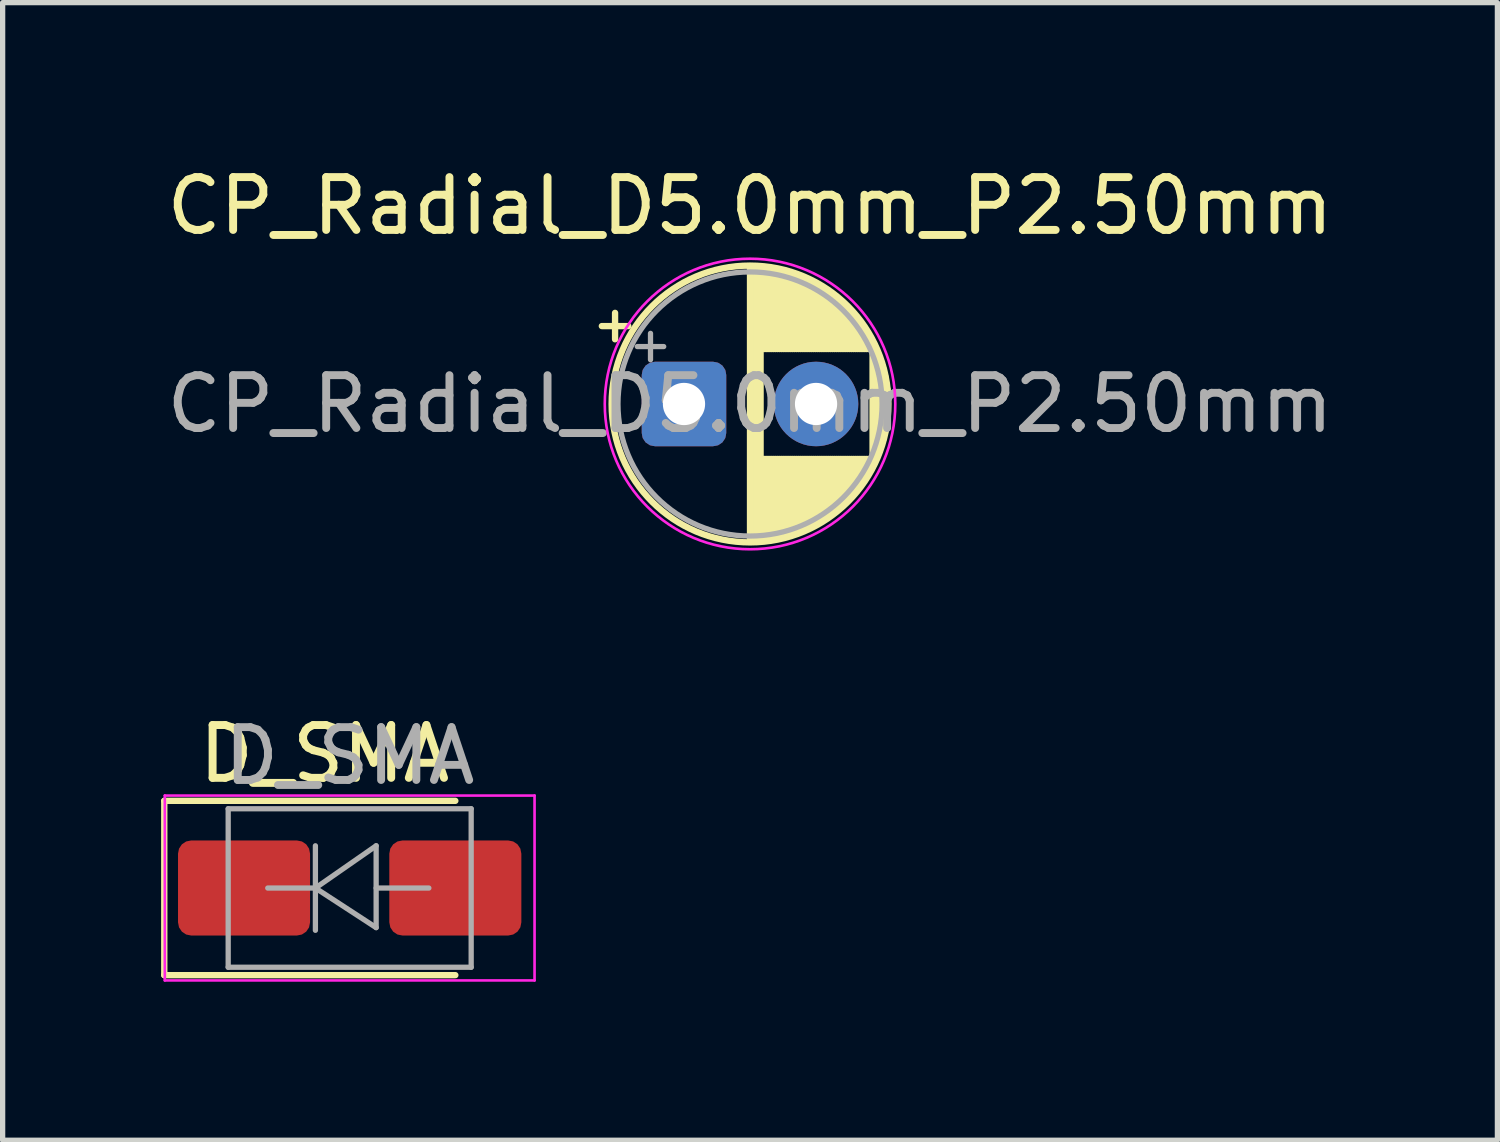
<source format=kicad_pcb>
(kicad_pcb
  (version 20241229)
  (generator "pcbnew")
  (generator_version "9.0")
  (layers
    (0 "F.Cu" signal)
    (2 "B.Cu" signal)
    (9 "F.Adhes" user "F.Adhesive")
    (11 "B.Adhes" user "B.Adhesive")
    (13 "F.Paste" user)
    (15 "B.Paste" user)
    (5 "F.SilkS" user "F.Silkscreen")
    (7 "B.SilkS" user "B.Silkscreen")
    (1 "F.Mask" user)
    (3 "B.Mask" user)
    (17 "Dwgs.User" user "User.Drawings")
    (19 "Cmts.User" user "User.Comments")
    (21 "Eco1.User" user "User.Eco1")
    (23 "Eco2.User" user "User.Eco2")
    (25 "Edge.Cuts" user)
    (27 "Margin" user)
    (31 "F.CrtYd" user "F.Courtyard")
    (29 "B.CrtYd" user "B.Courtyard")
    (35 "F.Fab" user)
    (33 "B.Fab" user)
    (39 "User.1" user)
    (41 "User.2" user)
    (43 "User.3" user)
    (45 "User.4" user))
  (footprint "CP_Radial_D5.0mm_P2.50mm"
    (layer "F.Cu")
    (at 9.899 4.598)
    (property "Reference" "CP_Radial_D5.0mm_P2.50mm" (at 1.25 -3.75 0) (layer "F.SilkS") (effects (font (size 1 1) (thickness 0.15))))
    (attr through_hole)
    (fp_line (start -1.555 -1.475) (end -1.055 -1.475) (stroke (width 0.12) (type solid)) (layer "F.SilkS"))
    (fp_line (start -1.305 -1.725) (end -1.305 -1.225) (stroke (width 0.12) (type solid)) (layer "F.SilkS"))
    (fp_line (start 1.25 -2.58) (end 1.25 2.58) (stroke (width 0.12) (type solid)) (layer "F.SilkS"))
    (fp_line (start 1.29 -2.58) (end 1.29 2.58) (stroke (width 0.12) (type solid)) (layer "F.SilkS"))
    (fp_line (start 1.33 -2.579) (end 1.33 2.579) (stroke (width 0.12) (type solid)) (layer "F.SilkS"))
    (fp_line (start 1.37 -2.577) (end 1.37 2.577) (stroke (width 0.12) (type solid)) (layer "F.SilkS"))
    (fp_line (start 1.41 -2.575) (end 1.41 2.575) (stroke (width 0.12) (type solid)) (layer "F.SilkS"))
    (fp_line (start 1.45 -2.572) (end 1.45 2.572) (stroke (width 0.12) (type solid)) (layer "F.SilkS"))
    (fp_line (start 1.49 -2.569) (end 1.49 -1.04) (stroke (width 0.12) (type solid)) (layer "F.SilkS"))
    (fp_line (start 1.49 1.04) (end 1.49 2.569) (stroke (width 0.12) (type solid)) (layer "F.SilkS"))
    (fp_line (start 1.53 -2.565) (end 1.53 -1.04) (stroke (width 0.12) (type solid)) (layer "F.SilkS"))
    (fp_line (start 1.53 1.04) (end 1.53 2.565) (stroke (width 0.12) (type solid)) (layer "F.SilkS"))
    (fp_line (start 1.57 -2.56) (end 1.57 -1.04) (stroke (width 0.12) (type solid)) (layer "F.SilkS"))
    (fp_line (start 1.57 1.04) (end 1.57 2.56) (stroke (width 0.12) (type solid)) (layer "F.SilkS"))
    (fp_line (start 1.61 -2.555) (end 1.61 -1.04) (stroke (width 0.12) (type solid)) (layer "F.SilkS"))
    (fp_line (start 1.61 1.04) (end 1.61 2.555) (stroke (width 0.12) (type solid)) (layer "F.SilkS"))
    (fp_line (start 1.65 -2.549) (end 1.65 -1.04) (stroke (width 0.12) (type solid)) (layer "F.SilkS"))
    (fp_line (start 1.65 1.04) (end 1.65 2.549) (stroke (width 0.12) (type solid)) (layer "F.SilkS"))
    (fp_line (start 1.69 -2.543) (end 1.69 -1.04) (stroke (width 0.12) (type solid)) (layer "F.SilkS"))
    (fp_line (start 1.69 1.04) (end 1.69 2.543) (stroke (width 0.12) (type solid)) (layer "F.SilkS"))
    (fp_line (start 1.73 -2.536) (end 1.73 -1.04) (stroke (width 0.12) (type solid)) (layer "F.SilkS"))
    (fp_line (start 1.73 1.04) (end 1.73 2.536) (stroke (width 0.12) (type solid)) (layer "F.SilkS"))
    (fp_line (start 1.77 -2.528) (end 1.77 -1.04) (stroke (width 0.12) (type solid)) (layer "F.SilkS"))
    (fp_line (start 1.77 1.04) (end 1.77 2.528) (stroke (width 0.12) (type solid)) (layer "F.SilkS"))
    (fp_line (start 1.81 -2.519) (end 1.81 -1.04) (stroke (width 0.12) (type solid)) (layer "F.SilkS"))
    (fp_line (start 1.81 1.04) (end 1.81 2.519) (stroke (width 0.12) (type solid)) (layer "F.SilkS"))
    (fp_line (start 1.85 -2.51) (end 1.85 -1.04) (stroke (width 0.12) (type solid)) (layer "F.SilkS"))
    (fp_line (start 1.85 1.04) (end 1.85 2.51) (stroke (width 0.12) (type solid)) (layer "F.SilkS"))
    (fp_line (start 1.89 -2.501) (end 1.89 -1.04) (stroke (width 0.12) (type solid)) (layer "F.SilkS"))
    (fp_line (start 1.89 1.04) (end 1.89 2.501) (stroke (width 0.12) (type solid)) (layer "F.SilkS"))
    (fp_line (start 1.93 -2.49) (end 1.93 -1.04) (stroke (width 0.12) (type solid)) (layer "F.SilkS"))
    (fp_line (start 1.93 1.04) (end 1.93 2.49) (stroke (width 0.12) (type solid)) (layer "F.SilkS"))
    (fp_line (start 1.97 -2.479) (end 1.97 -1.04) (stroke (width 0.12) (type solid)) (layer "F.SilkS"))
    (fp_line (start 1.97 1.04) (end 1.97 2.479) (stroke (width 0.12) (type solid)) (layer "F.SilkS"))
    (fp_line (start 2.01 -2.467) (end 2.01 -1.04) (stroke (width 0.12) (type solid)) (layer "F.SilkS"))
    (fp_line (start 2.01 1.04) (end 2.01 2.467) (stroke (width 0.12) (type solid)) (layer "F.SilkS"))
    (fp_line (start 2.05 -2.455) (end 2.05 -1.04) (stroke (width 0.12) (type solid)) (layer "F.SilkS"))
    (fp_line (start 2.05 1.04) (end 2.05 2.455) (stroke (width 0.12) (type solid)) (layer "F.SilkS"))
    (fp_line (start 2.09 -2.442) (end 2.09 -1.04) (stroke (width 0.12) (type solid)) (layer "F.SilkS"))
    (fp_line (start 2.09 1.04) (end 2.09 2.442) (stroke (width 0.12) (type solid)) (layer "F.SilkS"))
    (fp_line (start 2.13 -2.428) (end 2.13 -1.04) (stroke (width 0.12) (type solid)) (layer "F.SilkS"))
    (fp_line (start 2.13 1.04) (end 2.13 2.428) (stroke (width 0.12) (type solid)) (layer "F.SilkS"))
    (fp_line (start 2.17 -2.413) (end 2.17 -1.04) (stroke (width 0.12) (type solid)) (layer "F.SilkS"))
    (fp_line (start 2.17 1.04) (end 2.17 2.413) (stroke (width 0.12) (type solid)) (layer "F.SilkS"))
    (fp_line (start 2.21 -2.398) (end 2.21 -1.04) (stroke (width 0.12) (type solid)) (layer "F.SilkS"))
    (fp_line (start 2.21 1.04) (end 2.21 2.398) (stroke (width 0.12) (type solid)) (layer "F.SilkS"))
    (fp_line (start 2.25 -2.382) (end 2.25 -1.04) (stroke (width 0.12) (type solid)) (layer "F.SilkS"))
    (fp_line (start 2.25 1.04) (end 2.25 2.382) (stroke (width 0.12) (type solid)) (layer "F.SilkS"))
    (fp_line (start 2.29 -2.365) (end 2.29 -1.04) (stroke (width 0.12) (type solid)) (layer "F.SilkS"))
    (fp_line (start 2.29 1.04) (end 2.29 2.365) (stroke (width 0.12) (type solid)) (layer "F.SilkS"))
    (fp_line (start 2.33 -2.347) (end 2.33 -1.04) (stroke (width 0.12) (type solid)) (layer "F.SilkS"))
    (fp_line (start 2.33 1.04) (end 2.33 2.347) (stroke (width 0.12) (type solid)) (layer "F.SilkS"))
    (fp_line (start 2.37 -2.329) (end 2.37 -1.04) (stroke (width 0.12) (type solid)) (layer "F.SilkS"))
    (fp_line (start 2.37 1.04) (end 2.37 2.329) (stroke (width 0.12) (type solid)) (layer "F.SilkS"))
    (fp_line (start 2.41 -2.309) (end 2.41 -1.04) (stroke (width 0.12) (type solid)) (layer "F.SilkS"))
    (fp_line (start 2.41 1.04) (end 2.41 2.309) (stroke (width 0.12) (type solid)) (layer "F.SilkS"))
    (fp_line (start 2.45 -2.289) (end 2.45 -1.04) (stroke (width 0.12) (type solid)) (layer "F.SilkS"))
    (fp_line (start 2.45 1.04) (end 2.45 2.289) (stroke (width 0.12) (type solid)) (layer "F.SilkS"))
    (fp_line (start 2.49 -2.268) (end 2.49 -1.04) (stroke (width 0.12) (type solid)) (layer "F.SilkS"))
    (fp_line (start 2.49 1.04) (end 2.49 2.268) (stroke (width 0.12) (type solid)) (layer "F.SilkS"))
    (fp_line (start 2.53 -2.246) (end 2.53 -1.04) (stroke (width 0.12) (type solid)) (layer "F.SilkS"))
    (fp_line (start 2.53 1.04) (end 2.53 2.246) (stroke (width 0.12) (type solid)) (layer "F.SilkS"))
    (fp_line (start 2.57 -2.223) (end 2.57 -1.04) (stroke (width 0.12) (type solid)) (layer "F.SilkS"))
    (fp_line (start 2.57 1.04) (end 2.57 2.223) (stroke (width 0.12) (type solid)) (layer "F.SilkS"))
    (fp_line (start 2.61 -2.199) (end 2.61 -1.04) (stroke (width 0.12) (type solid)) (layer "F.SilkS"))
    (fp_line (start 2.61 1.04) (end 2.61 2.199) (stroke (width 0.12) (type solid)) (layer "F.SilkS"))
    (fp_line (start 2.65 -2.175) (end 2.65 -1.04) (stroke (width 0.12) (type solid)) (layer "F.SilkS"))
    (fp_line (start 2.65 1.04) (end 2.65 2.175) (stroke (width 0.12) (type solid)) (layer "F.SilkS"))
    (fp_line (start 2.69 -2.149) (end 2.69 -1.04) (stroke (width 0.12) (type solid)) (layer "F.SilkS"))
    (fp_line (start 2.69 1.04) (end 2.69 2.149) (stroke (width 0.12) (type solid)) (layer "F.SilkS"))
    (fp_line (start 2.73 -2.122) (end 2.73 -1.04) (stroke (width 0.12) (type solid)) (layer "F.SilkS"))
    (fp_line (start 2.73 1.04) (end 2.73 2.122) (stroke (width 0.12) (type solid)) (layer "F.SilkS"))
    (fp_line (start 2.77 -2.094) (end 2.77 -1.04) (stroke (width 0.12) (type solid)) (layer "F.SilkS"))
    (fp_line (start 2.77 1.04) (end 2.77 2.094) (stroke (width 0.12) (type solid)) (layer "F.SilkS"))
    (fp_line (start 2.81 -2.065) (end 2.81 -1.04) (stroke (width 0.12) (type solid)) (layer "F.SilkS"))
    (fp_line (start 2.81 1.04) (end 2.81 2.065) (stroke (width 0.12) (type solid)) (layer "F.SilkS"))
    (fp_line (start 2.85 -2.035) (end 2.85 -1.04) (stroke (width 0.12) (type solid)) (layer "F.SilkS"))
    (fp_line (start 2.85 1.04) (end 2.85 2.035) (stroke (width 0.12) (type solid)) (layer "F.SilkS"))
    (fp_line (start 2.89 -2.003) (end 2.89 -1.04) (stroke (width 0.12) (type solid)) (layer "F.SilkS"))
    (fp_line (start 2.89 1.04) (end 2.89 2.003) (stroke (width 0.12) (type solid)) (layer "F.SilkS"))
    (fp_line (start 2.93 -1.97) (end 2.93 -1.04) (stroke (width 0.12) (type solid)) (layer "F.SilkS"))
    (fp_line (start 2.93 1.04) (end 2.93 1.97) (stroke (width 0.12) (type solid)) (layer "F.SilkS"))
    (fp_line (start 2.97 -1.936) (end 2.97 -1.04) (stroke (width 0.12) (type solid)) (layer "F.SilkS"))
    (fp_line (start 2.97 1.04) (end 2.97 1.936) (stroke (width 0.12) (type solid)) (layer "F.SilkS"))
    (fp_line (start 3.01 -1.901) (end 3.01 -1.04) (stroke (width 0.12) (type solid)) (layer "F.SilkS"))
    (fp_line (start 3.01 1.04) (end 3.01 1.901) (stroke (width 0.12) (type solid)) (layer "F.SilkS"))
    (fp_line (start 3.05 -1.864) (end 3.05 -1.04) (stroke (width 0.12) (type solid)) (layer "F.SilkS"))
    (fp_line (start 3.05 1.04) (end 3.05 1.864) (stroke (width 0.12) (type solid)) (layer "F.SilkS"))
    (fp_line (start 3.09 -1.825) (end 3.09 -1.04) (stroke (width 0.12) (type solid)) (layer "F.SilkS"))
    (fp_line (start 3.09 1.04) (end 3.09 1.825) (stroke (width 0.12) (type solid)) (layer "F.SilkS"))
    (fp_line (start 3.13 -1.785) (end 3.13 -1.04) (stroke (width 0.12) (type solid)) (layer "F.SilkS"))
    (fp_line (start 3.13 1.04) (end 3.13 1.785) (stroke (width 0.12) (type solid)) (layer "F.SilkS"))
    (fp_line (start 3.17 -1.743) (end 3.17 -1.04) (stroke (width 0.12) (type solid)) (layer "F.SilkS"))
    (fp_line (start 3.17 1.04) (end 3.17 1.743) (stroke (width 0.12) (type solid)) (layer "F.SilkS"))
    (fp_line (start 3.21 -1.699) (end 3.21 -1.04) (stroke (width 0.12) (type solid)) (layer "F.SilkS"))
    (fp_line (start 3.21 1.04) (end 3.21 1.699) (stroke (width 0.12) (type solid)) (layer "F.SilkS"))
    (fp_line (start 3.25 -1.652) (end 3.25 -1.04) (stroke (width 0.12) (type solid)) (layer "F.SilkS"))
    (fp_line (start 3.25 1.04) (end 3.25 1.652) (stroke (width 0.12) (type solid)) (layer "F.SilkS"))
    (fp_line (start 3.29 -1.604) (end 3.29 -1.04) (stroke (width 0.12) (type solid)) (layer "F.SilkS"))
    (fp_line (start 3.29 1.04) (end 3.29 1.604) (stroke (width 0.12) (type solid)) (layer "F.SilkS"))
    (fp_line (start 3.33 -1.553) (end 3.33 -1.04) (stroke (width 0.12) (type solid)) (layer "F.SilkS"))
    (fp_line (start 3.33 1.04) (end 3.33 1.553) (stroke (width 0.12) (type solid)) (layer "F.SilkS"))
    (fp_line (start 3.37 -1.499) (end 3.37 -1.04) (stroke (width 0.12) (type solid)) (layer "F.SilkS"))
    (fp_line (start 3.37 1.04) (end 3.37 1.499) (stroke (width 0.12) (type solid)) (layer "F.SilkS"))
    (fp_line (start 3.41 -1.443) (end 3.41 -1.04) (stroke (width 0.12) (type solid)) (layer "F.SilkS"))
    (fp_line (start 3.41 1.04) (end 3.41 1.443) (stroke (width 0.12) (type solid)) (layer "F.SilkS"))
    (fp_line (start 3.45 -1.383) (end 3.45 -1.04) (stroke (width 0.12) (type solid)) (layer "F.SilkS"))
    (fp_line (start 3.45 1.04) (end 3.45 1.383) (stroke (width 0.12) (type solid)) (layer "F.SilkS"))
    (fp_line (start 3.49 -1.319) (end 3.49 -1.04) (stroke (width 0.12) (type solid)) (layer "F.SilkS"))
    (fp_line (start 3.49 1.04) (end 3.49 1.319) (stroke (width 0.12) (type solid)) (layer "F.SilkS"))
    (fp_line (start 3.53 -1.251) (end 3.53 -1.04) (stroke (width 0.12) (type solid)) (layer "F.SilkS"))
    (fp_line (start 3.53 1.04) (end 3.53 1.251) (stroke (width 0.12) (type solid)) (layer "F.SilkS"))
    (fp_line (start 3.57 -1.177) (end 3.57 1.177) (stroke (width 0.12) (type solid)) (layer "F.SilkS"))
    (fp_line (start 3.61 -1.098) (end 3.61 1.098) (stroke (width 0.12) (type solid)) (layer "F.SilkS"))
    (fp_line (start 3.65 -1.011) (end 3.65 1.011) (stroke (width 0.12) (type solid)) (layer "F.SilkS"))
    (fp_line (start 3.69 -0.914) (end 3.69 0.914) (stroke (width 0.12) (type solid)) (layer "F.SilkS"))
    (fp_line (start 3.73 -0.805) (end 3.73 0.805) (stroke (width 0.12) (type solid)) (layer "F.SilkS"))
    (fp_line (start 3.77 -0.677) (end 3.77 0.677) (stroke (width 0.12) (type solid)) (layer "F.SilkS"))
    (fp_line (start 3.81 -0.517) (end 3.81 0.517) (stroke (width 0.12) (type solid)) (layer "F.SilkS"))
    (fp_line (start 3.85 -0.283) (end 3.85 0.283) (stroke (width 0.12) (type solid)) (layer "F.SilkS"))
    (fp_circle (center 1.25 0) (end 3.87 0) (stroke (width 0.12) (type solid)) (fill no) (layer "F.SilkS"))
    (fp_circle (center 1.25 0) (end 4 0) (stroke (width 0.05) (type solid)) (fill no) (layer "F.CrtYd"))
    (fp_line (start -0.884 -1.087) (end -0.384 -1.087) (stroke (width 0.1) (type solid)) (layer "F.Fab"))
    (fp_line (start -0.634 -1.337) (end -0.634 -0.838) (stroke (width 0.1) (type solid)) (layer "F.Fab"))
    (fp_circle (center 1.25 0) (end 3.75 0) (stroke (width 0.1) (type solid)) (fill no) (layer "F.Fab"))
    (fp_text user "${REFERENCE}" (at 1.25 0 0) (layer "F.Fab") (effects (font (size 1 1) (thickness 0.15))))
    (pad "1" thru_hole roundrect (at 0 0) (size 1.6 1.6) (drill 0.8) (layers "*.Cu" "*.Mask") (roundrect_rratio 0.156))
    (pad "2" thru_hole circle (at 2.5 0) (size 1.6 1.6) (drill 0.8) (layers "*.Cu" "*.Mask")))
  (footprint "D_SMA"
    (layer "F.Cu")
    (at 3.57 13.761)
    (property "Reference" "D_SMA" (at -0.476 -2.54 180) (layer "F.SilkS") (effects (font (size 1 1) (thickness 0.15))))
    (attr smd)
    (fp_line (start -3.51 -1.65) (end -3.51 1.65) (stroke (width 0.12) (type solid)) (layer "F.SilkS"))
    (fp_line (start -3.51 -1.65) (end 2 -1.65) (stroke (width 0.12) (type solid)) (layer "F.SilkS"))
    (fp_line (start -3.51 1.65) (end 2 1.65) (stroke (width 0.12) (type solid)) (layer "F.SilkS"))
    (fp_line (start -3.5 -1.75) (end 3.5 -1.75) (stroke (width 0.05) (type solid)) (layer "F.CrtYd"))
    (fp_line (start -3.5 1.75) (end -3.5 -1.75) (stroke (width 0.05) (type solid)) (layer "F.CrtYd"))
    (fp_line (start 3.5 -1.75) (end 3.5 1.75) (stroke (width 0.05) (type solid)) (layer "F.CrtYd"))
    (fp_line (start 3.5 1.75) (end -3.5 1.75) (stroke (width 0.05) (type solid)) (layer "F.CrtYd"))
    (fp_line (start -2.3 1.5) (end -2.3 -1.5) (stroke (width 0.1) (type solid)) (layer "F.Fab"))
    (fp_line (start -0.649 -0.799) (end -0.649 0.801) (stroke (width 0.1) (type solid)) (layer "F.Fab"))
    (fp_line (start -0.649 0.001) (end -1.551 0.001) (stroke (width 0.1) (type solid)) (layer "F.Fab"))
    (fp_line (start -0.649 0.001) (end 0.501 -0.799) (stroke (width 0.1) (type solid)) (layer "F.Fab"))
    (fp_line (start -0.649 0.001) (end 0.501 0.75) (stroke (width 0.1) (type solid)) (layer "F.Fab"))
    (fp_line (start 0.501 0.001) (end 1.499 0.001) (stroke (width 0.1) (type solid)) (layer "F.Fab"))
    (fp_line (start 0.501 0.75) (end 0.501 -0.799) (stroke (width 0.1) (type solid)) (layer "F.Fab"))
    (fp_line (start 2.3 -1.5) (end -2.3 -1.5) (stroke (width 0.1) (type solid)) (layer "F.Fab"))
    (fp_line (start 2.3 -1.5) (end 2.3 1.5) (stroke (width 0.1) (type solid)) (layer "F.Fab"))
    (fp_line (start 2.3 1.5) (end -2.3 1.5) (stroke (width 0.1) (type solid)) (layer "F.Fab"))
    (fp_text user "${REFERENCE}" (at 0 -2.5 0) (layer "F.Fab") (effects (font (size 1 1) (thickness 0.15))))
    (pad "1" smd roundrect (at -2 0) (size 2.5 1.8) (layers "F.Cu" "F.Mask" "F.Paste") (roundrect_rratio 0.139))
    (pad "2" smd roundrect (at 2 0) (size 2.5 1.8) (layers "F.Cu" "F.Mask" "F.Paste") (roundrect_rratio 0.139)))
  (gr_rect
    (start -3 -3)
    (end 25.298 18.537)
    (stroke (width 0.1) (type default))
    (fill no)
    (layer "Edge.Cuts")))
</source>
